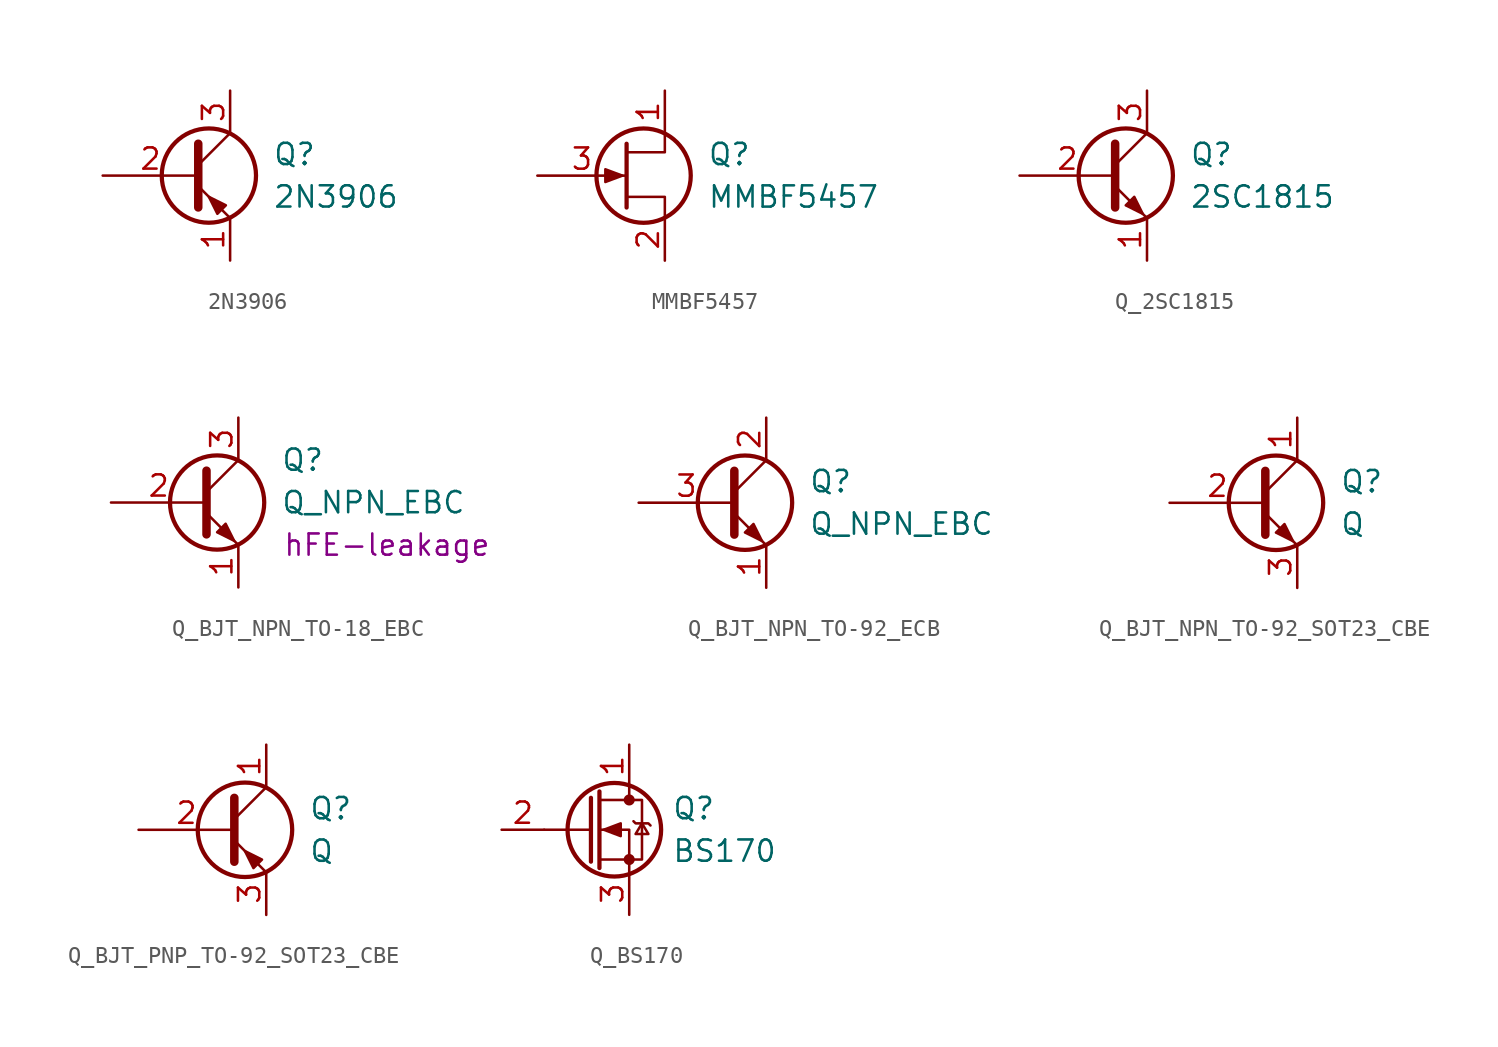
<source format=kicad_sym>
(kicad_symbol_lib
  (version 20241209)
  (generator "kicad_symbol_editor")
  (generator_version "9.0")
  (symbol "2N3906"
    (pin_names
      (offset 0)
      (hide yes))
    (property "Reference" "Q"
      (at 2.54 1.27 0)
      (effects (font (size 1.27 1.27)) (justify left)))
    (property "Value" "2N3906"
      (at 2.54 -1.27 0)
      (effects (font (size 1.27 1.27)) (justify left)))
    (symbol "2N3906_0_1"
      (polyline (pts (xy -1.905 1.905) (xy -1.905 -1.905) (xy -1.905 -1.905)) (stroke (width 0.508) (type default)) (fill (type none)))
      (polyline (pts (xy -1.905 0.635) (xy 0 2.54)) (stroke (width 0) (type default)) (fill (type none)))
      (polyline (pts (xy -1.905 -0.635) (xy 0 -2.54) (xy 0 -2.54)) (stroke (width 0) (type default)) (fill (type none)))
      (circle (center -1.27 0) (radius 2.819) (stroke (width 0.254) (type default)) (fill (type none)))
      (polyline (pts (xy -0.254 -1.778) (xy -0.762 -2.286) (xy -1.27 -1.27) (xy -0.254 -1.778) (xy -0.254 -1.778)) (stroke (width 0) (type default)) (fill (type outline))))
    (symbol "2N3906_1_1"
      (pin input line (at -7.62 0 0) (length 5.715) (name "B" (effects (font (size 1.27 1.27)))) (number "2" (effects (font (size 1.27 1.27)))))
      (pin passive line (at 0 5.08 270) (length 2.54) (name "C" (effects (font (size 1.27 1.27)))) (number "3" (effects (font (size 1.27 1.27)))))
      (pin passive line (at 0 -5.08 90) (length 2.54) (name "E" (effects (font (size 1.27 1.27)))) (number "1" (effects (font (size 1.27 1.27)))))))
  (symbol "MMBF5457"
    (pin_names
      (offset 0)
      (hide yes))
    (property "Reference" "Q"
      (at 2.54 1.27 0)
      (effects (font (size 1.27 1.27)) (justify left)))
    (property "Value" "MMBF5457"
      (at 2.54 -1.27 0)
      (effects (font (size 1.27 1.27)) (justify left)))
    (symbol "MMBF5457_0_1"
      (polyline (pts (xy -2.54 0) (xy -3.556 0.381) (xy -3.556 -0.381) (xy -2.54 0)) (stroke (width 0) (type default)) (fill (type outline)))
      (polyline (pts (xy -2.286 1.905) (xy -2.286 -1.905) (xy -2.286 -1.905)) (stroke (width 0.254) (type default)) (fill (type none)))
      (circle (center -1.27 0) (radius 2.819) (stroke (width 0.254) (type default)) (fill (type none)))
      (polyline (pts (xy 0 2.54) (xy 0 1.397) (xy -2.286 1.397)) (stroke (width 0) (type default)) (fill (type none)))
      (polyline (pts (xy 0 -2.54) (xy 0 -1.27) (xy -2.286 -1.27)) (stroke (width 0) (type default)) (fill (type none))))
    (symbol "MMBF5457_1_1"
      (pin input line (at -7.62 0 0) (length 5.334) (name "G" (effects (font (size 1.27 1.27)))) (number "3" (effects (font (size 1.27 1.27)))))
      (pin passive line (at 0 5.08 270) (length 2.54) (name "D" (effects (font (size 1.27 1.27)))) (number "1" (effects (font (size 1.27 1.27)))))
      (pin passive line (at 0 -5.08 90) (length 2.54) (name "S" (effects (font (size 1.27 1.27)))) (number "2" (effects (font (size 1.27 1.27)))))))
  (symbol "Q_2SC1815"
    (pin_names
      (offset 0)
      (hide yes))
    (property "Reference" "Q"
      (at 2.54 1.27 0)
      (effects (font (size 1.27 1.27)) (justify left)))
    (property "Value" "2SC1815"
      (at 2.54 -1.27 0)
      (effects (font (size 1.27 1.27)) (justify left)))
    (symbol "Q_2SC1815_0_1"
      (polyline (pts (xy -1.905 1.905) (xy -1.905 -1.905) (xy -1.905 -1.905)) (stroke (width 0.508) (type default)) (fill (type none)))
      (polyline (pts (xy -1.905 0.635) (xy 0 2.54)) (stroke (width 0) (type default)) (fill (type none)))
      (polyline (pts (xy -1.905 -0.635) (xy 0 -2.54) (xy 0 -2.54)) (stroke (width 0) (type default)) (fill (type none)))
      (circle (center -1.27 0) (radius 2.819) (stroke (width 0.254) (type default)) (fill (type none)))
      (polyline (pts (xy -1.27 -1.778) (xy -0.762 -1.27) (xy -0.254 -2.286) (xy -1.27 -1.778) (xy -1.27 -1.778)) (stroke (width 0) (type default)) (fill (type outline))))
    (symbol "Q_2SC1815_1_1"
      (pin passive line (at -7.62 0 0) (length 5.715) (name "B" (effects (font (size 1.27 1.27)))) (number "2" (effects (font (size 1.27 1.27)))))
      (pin passive line (at 0 5.08 270) (length 2.54) (name "C" (effects (font (size 1.27 1.27)))) (number "3" (effects (font (size 1.27 1.27)))))
      (pin passive line (at 0 -5.08 90) (length 2.54) (name "E" (effects (font (size 1.27 1.27)))) (number "1" (effects (font (size 1.27 1.27)))))))
  (symbol "Q_BJT_NPN_TO-18_EBC"
    (pin_names
      (offset 0)
      (hide yes))
    (property "Reference" "Q"
      (at 2.54 2.54 0)
      (effects (font (size 1.27 1.27)) (justify left)))
    (property "Value" "Q_NPN_EBC"
      (at 2.54 0 0)
      (effects (font (size 1.27 1.27)) (justify left)))
    (property "Description" "hFE-leakage"
      (at 8.89 -2.54 0)
      (effects (font (size 1.27 1.27))))
    (symbol "Q_BJT_NPN_TO-18_EBC_0_1"
      (polyline (pts (xy -1.905 1.905) (xy -1.905 -1.905) (xy -1.905 -1.905)) (stroke (width 0.508) (type default)) (fill (type none)))
      (polyline (pts (xy -1.905 0.635) (xy 0 2.54)) (stroke (width 0) (type default)) (fill (type none)))
      (polyline (pts (xy -1.905 -0.635) (xy 0 -2.54) (xy 0 -2.54)) (stroke (width 0) (type default)) (fill (type none)))
      (circle (center -1.27 0) (radius 2.819) (stroke (width 0.254) (type default)) (fill (type none)))
      (polyline (pts (xy -1.27 -1.778) (xy -0.762 -1.27) (xy -0.254 -2.286) (xy -1.27 -1.778) (xy -1.27 -1.778)) (stroke (width 0) (type default)) (fill (type outline))))
    (symbol "Q_BJT_NPN_TO-18_EBC_1_1"
      (pin passive line (at -7.62 0 0) (length 5.715) (name "B" (effects (font (size 1.27 1.27)))) (number "2" (effects (font (size 1.27 1.27)))))
      (pin passive line (at 0 5.08 270) (length 2.54) (name "C" (effects (font (size 1.27 1.27)))) (number "3" (effects (font (size 1.27 1.27)))))
      (pin passive line (at 0 -5.08 90) (length 2.54) (name "E" (effects (font (size 1.27 1.27)))) (number "1" (effects (font (size 1.27 1.27)))))))
  (symbol "Q_BJT_NPN_TO-92_ECB"
    (pin_names
      (offset 0)
      (hide yes))
    (property "Reference" "Q"
      (at 2.54 1.27 0)
      (effects (font (size 1.27 1.27)) (justify left)))
    (property "Value" "Q_NPN_EBC"
      (at 2.54 -1.27 0)
      (effects (font (size 1.27 1.27)) (justify left)))
    (symbol "Q_BJT_NPN_TO-92_ECB_0_1"
      (polyline (pts (xy -1.905 1.905) (xy -1.905 -1.905) (xy -1.905 -1.905)) (stroke (width 0.508) (type default)) (fill (type none)))
      (polyline (pts (xy -1.905 0.635) (xy 0 2.54)) (stroke (width 0) (type default)) (fill (type none)))
      (polyline (pts (xy -1.905 -0.635) (xy 0 -2.54) (xy 0 -2.54)) (stroke (width 0) (type default)) (fill (type none)))
      (circle (center -1.27 0) (radius 2.819) (stroke (width 0.254) (type default)) (fill (type none)))
      (polyline (pts (xy -1.27 -1.778) (xy -0.762 -1.27) (xy -0.254 -2.286) (xy -1.27 -1.778) (xy -1.27 -1.778)) (stroke (width 0) (type default)) (fill (type outline))))
    (symbol "Q_BJT_NPN_TO-92_ECB_1_1"
      (pin passive line (at -7.62 0 0) (length 5.715) (name "B" (effects (font (size 1.27 1.27)))) (number "3" (effects (font (size 1.27 1.27)))))
      (pin passive line (at 0 5.08 270) (length 2.54) (name "C" (effects (font (size 1.27 1.27)))) (number "2" (effects (font (size 1.27 1.27)))))
      (pin passive line (at 0 -5.08 90) (length 2.54) (name "E" (effects (font (size 1.27 1.27)))) (number "1" (effects (font (size 1.27 1.27)))))))
  (symbol "Q_BJT_NPN_TO-92_SOT23_CBE"
    (pin_names
      (offset 0)
      (hide yes))
    (property "Reference" "Q"
      (at 2.54 1.27 0)
      (effects (font (size 1.27 1.27)) (justify left)))
    (property "Value" "Q"
      (at 2.54 -1.27 0)
      (effects (font (size 1.27 1.27)) (justify left)))
    (symbol "Q_BJT_NPN_TO-92_SOT23_CBE_0_1"
      (polyline (pts (xy -1.905 1.905) (xy -1.905 -1.905) (xy -1.905 -1.905)) (stroke (width 0.508) (type default)) (fill (type none)))
      (polyline (pts (xy -1.905 0.635) (xy 0 2.54)) (stroke (width 0) (type default)) (fill (type none)))
      (polyline (pts (xy -1.905 -0.635) (xy 0 -2.54) (xy 0 -2.54)) (stroke (width 0) (type default)) (fill (type none)))
      (circle (center -1.27 0) (radius 2.819) (stroke (width 0.254) (type default)) (fill (type none)))
      (polyline (pts (xy -1.27 -1.778) (xy -0.762 -1.27) (xy -0.254 -2.286) (xy -1.27 -1.778) (xy -1.27 -1.778)) (stroke (width 0) (type default)) (fill (type outline))))
    (symbol "Q_BJT_NPN_TO-92_SOT23_CBE_1_1"
      (pin passive line (at -7.62 0 0) (length 5.715) (name "B" (effects (font (size 1.27 1.27)))) (number "2" (effects (font (size 1.27 1.27)))))
      (pin passive line (at 0 5.08 270) (length 2.54) (name "C" (effects (font (size 1.27 1.27)))) (number "1" (effects (font (size 1.27 1.27)))))
      (pin passive line (at 0 -5.08 90) (length 2.54) (name "E" (effects (font (size 1.27 1.27)))) (number "3" (effects (font (size 1.27 1.27)))))))
  (symbol "Q_BJT_PNP_TO-92_SOT23_CBE"
    (pin_names
      (offset 0)
      (hide yes))
    (property "Reference" "Q"
      (at 2.54 1.27 0)
      (effects (font (size 1.27 1.27)) (justify left)))
    (property "Value" "Q"
      (at 2.54 -1.27 0)
      (effects (font (size 1.27 1.27)) (justify left)))
    (symbol "Q_BJT_PNP_TO-92_SOT23_CBE_0_1"
      (polyline (pts (xy -1.905 1.905) (xy -1.905 -1.905) (xy -1.905 -1.905)) (stroke (width 0.508) (type default)) (fill (type none)))
      (polyline (pts (xy -1.905 0.635) (xy 0 2.54)) (stroke (width 0) (type default)) (fill (type none)))
      (polyline (pts (xy -1.905 -0.635) (xy 0 -2.54) (xy 0 -2.54)) (stroke (width 0) (type default)) (fill (type none)))
      (circle (center -1.27 0) (radius 2.819) (stroke (width 0.254) (type default)) (fill (type none)))
      (polyline (pts (xy -0.254 -1.778) (xy -0.762 -2.286) (xy -1.27 -1.27) (xy -0.254 -1.778) (xy -0.254 -1.778)) (stroke (width 0) (type default)) (fill (type outline))))
    (symbol "Q_BJT_PNP_TO-92_SOT23_CBE_1_1"
      (pin input line (at -7.62 0 0) (length 5.715) (name "B" (effects (font (size 1.27 1.27)))) (number "2" (effects (font (size 1.27 1.27)))))
      (pin passive line (at 0 5.08 270) (length 2.54) (name "C" (effects (font (size 1.27 1.27)))) (number "1" (effects (font (size 1.27 1.27)))))
      (pin passive line (at 0 -5.08 90) (length 2.54) (name "E" (effects (font (size 1.27 1.27)))) (number "3" (effects (font (size 1.27 1.27)))))))
  (symbol "Q_BS170"
    (pin_names
      (offset 0)
      (hide yes))
    (property "Reference" "Q"
      (at 2.54 1.27 0)
      (effects (font (size 1.27 1.27)) (justify left)))
    (property "Value" "BS170"
      (at 2.54 -1.27 0)
      (effects (font (size 1.27 1.27)) (justify left)))
    (symbol "Q_BS170_0_1"
      (polyline (pts (xy -2.286 1.905) (xy -2.286 -1.905)) (stroke (width 0.254) (type default)) (fill (type none)))
      (polyline (pts (xy -2.286 0) (xy -5.08 0)) (stroke (width 0) (type default)) (fill (type none)))
      (polyline (pts (xy -1.778 2.286) (xy -1.778 -2.286)) (stroke (width 0.254) (type default)) (fill (type none)))
      (polyline (pts (xy -1.778 -1.778) (xy 0.762 -1.778) (xy 0.762 1.778) (xy -1.778 1.778)) (stroke (width 0) (type default)) (fill (type none)))
      (polyline (pts (xy -1.524 0) (xy -0.508 0.381) (xy -0.508 -0.381) (xy -1.524 0)) (stroke (width 0) (type default)) (fill (type outline)))
      (circle (center -0.889 0) (radius 2.794) (stroke (width 0.254) (type default)) (fill (type none)))
      (polyline (pts (xy 0 2.54) (xy 0 1.778)) (stroke (width 0) (type default)) (fill (type none)))
      (circle (center 0 1.778) (radius 0.254) (stroke (width 0) (type default)) (fill (type outline)))
      (circle (center 0 -1.778) (radius 0.254) (stroke (width 0) (type default)) (fill (type outline)))
      (polyline (pts (xy 0 -2.54) (xy 0 0) (xy -1.778 0)) (stroke (width 0) (type default)) (fill (type none)))
      (polyline (pts (xy 0.254 0.508) (xy 0.381 0.381) (xy 1.143 0.381) (xy 1.27 0.254)) (stroke (width 0) (type default)) (fill (type none)))
      (polyline (pts (xy 0.762 0.381) (xy 0.381 -0.254) (xy 1.143 -0.254) (xy 0.762 0.381)) (stroke (width 0) (type default)) (fill (type none))))
    (symbol "Q_BS170_1_1"
      (pin input line (at -7.62 0 0) (length 2.54) (name "G" (effects (font (size 1.27 1.27)))) (number "2" (effects (font (size 1.27 1.27)))))
      (pin passive line (at 0 5.08 270) (length 2.54) (name "D" (effects (font (size 1.27 1.27)))) (number "1" (effects (font (size 1.27 1.27)))))
      (pin passive line (at 0 -5.08 90) (length 2.54) (name "S" (effects (font (size 1.27 1.27)))) (number "3" (effects (font (size 1.27 1.27))))))))
</source>
